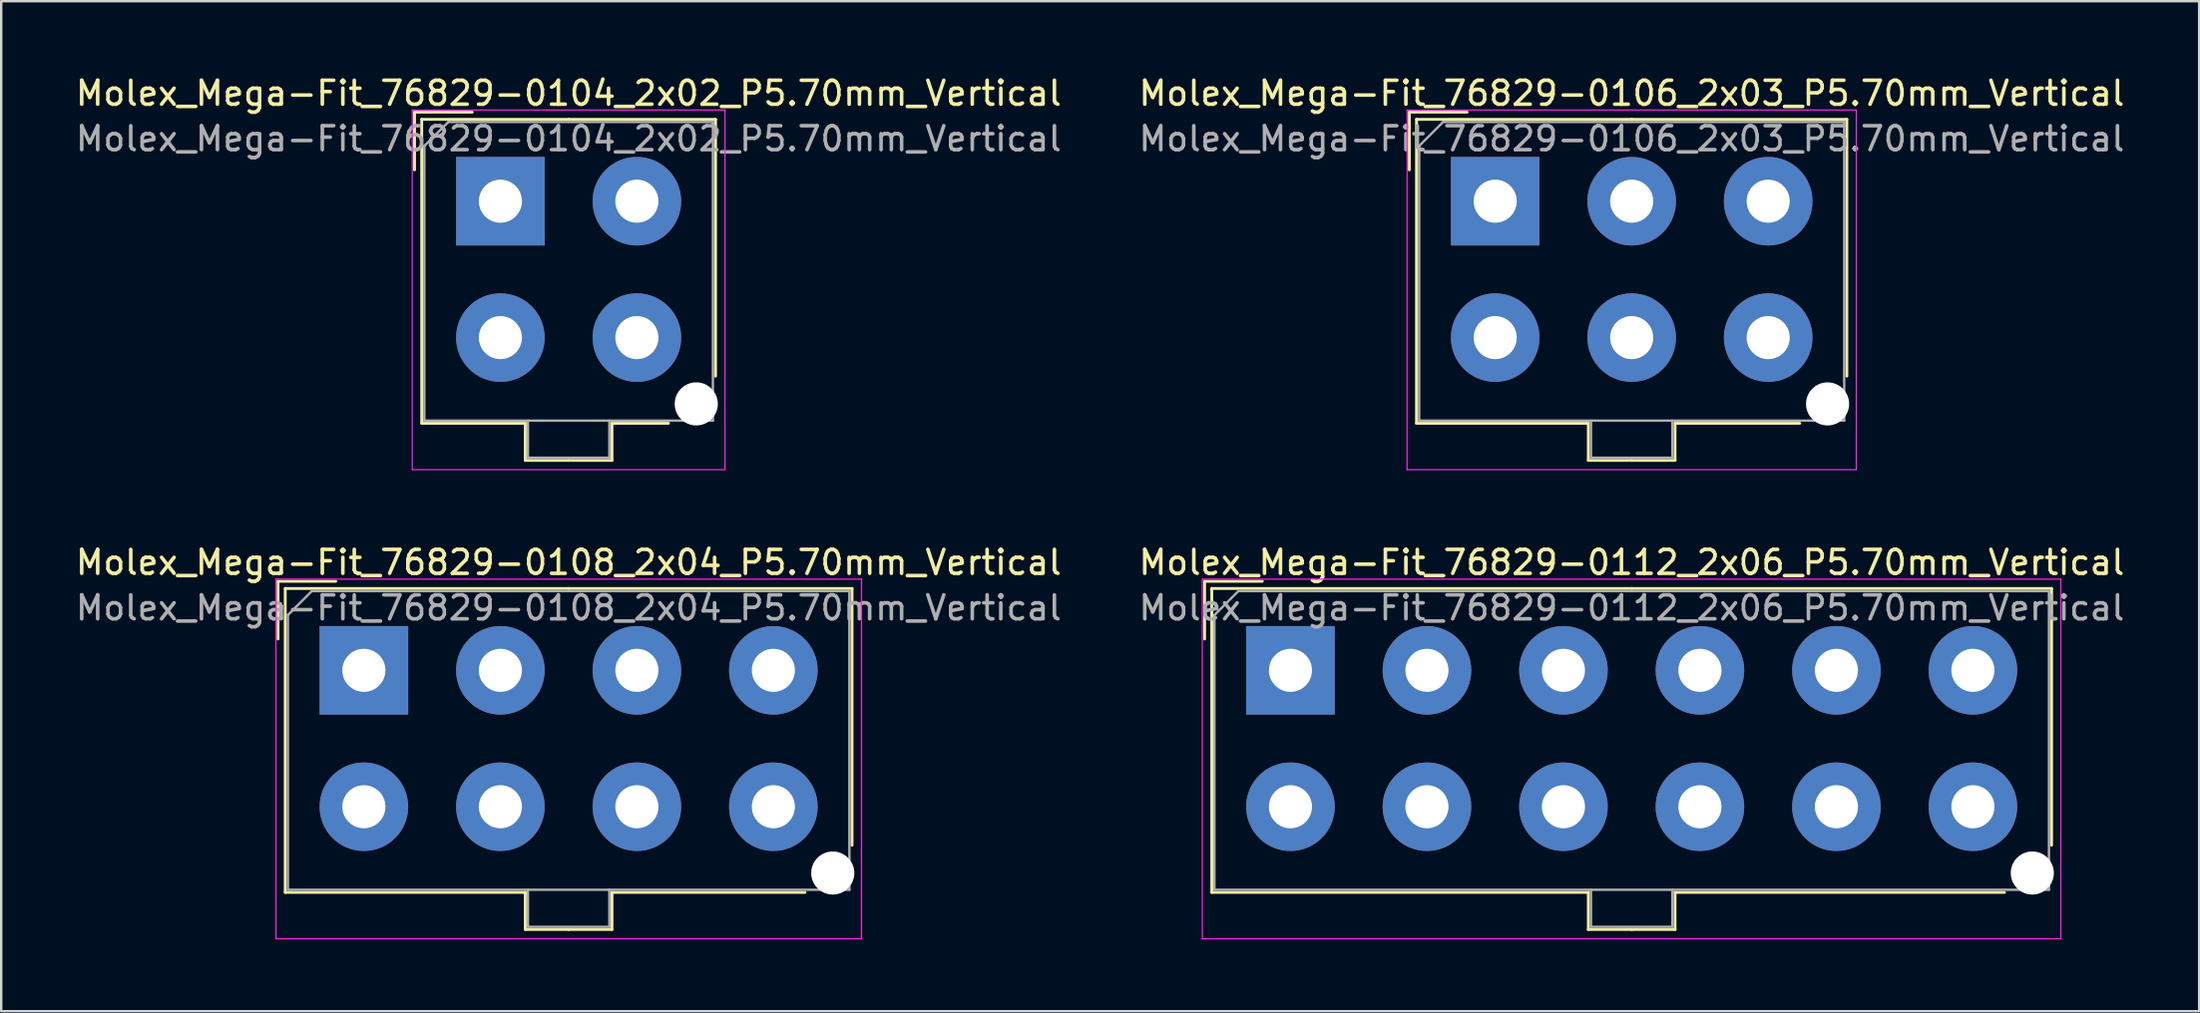
<source format=kicad_pcb>
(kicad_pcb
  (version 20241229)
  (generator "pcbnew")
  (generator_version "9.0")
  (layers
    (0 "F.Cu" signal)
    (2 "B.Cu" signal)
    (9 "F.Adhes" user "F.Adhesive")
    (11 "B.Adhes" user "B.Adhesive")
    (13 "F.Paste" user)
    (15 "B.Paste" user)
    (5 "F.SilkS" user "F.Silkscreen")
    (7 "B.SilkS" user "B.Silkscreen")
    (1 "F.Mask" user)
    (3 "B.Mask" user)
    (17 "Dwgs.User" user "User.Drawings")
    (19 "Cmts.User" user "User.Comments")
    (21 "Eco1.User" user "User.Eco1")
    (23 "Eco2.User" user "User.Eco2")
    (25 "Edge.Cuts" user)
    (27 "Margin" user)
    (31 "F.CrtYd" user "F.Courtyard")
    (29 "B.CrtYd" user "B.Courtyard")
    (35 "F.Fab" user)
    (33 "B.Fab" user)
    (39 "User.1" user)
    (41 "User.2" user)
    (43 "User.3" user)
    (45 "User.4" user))
  (footprint "Molex_Mega-Fit_76829-0108_2x04_P5.70mm_Vertical"
    (layer "F.Cu")
    (at 12.146 24.962)
    (property "Reference" "Molex_Mega-Fit_76829-0108_2x04_P5.70mm_Vertical" (at 8.55 -4.51 0) (layer "F.SilkS") (effects (font (size 1 1) (thickness 0.15))))
    (attr through_hole)
    (fp_line (start -3.585 -3.72) (end -1.175 -3.72) (stroke (width 0.12) (type solid)) (layer "F.SilkS"))
    (fp_line (start -3.585 -1.31) (end -3.585 -3.72) (stroke (width 0.12) (type solid)) (layer "F.SilkS"))
    (fp_line (start -3.285 -3.42) (end -3.285 9.28) (stroke (width 0.12) (type solid)) (layer "F.SilkS"))
    (fp_line (start -3.285 9.28) (end 6.74 9.28) (stroke (width 0.12) (type solid)) (layer "F.SilkS"))
    (fp_line (start 6.74 9.28) (end 6.74 10.83) (stroke (width 0.12) (type solid)) (layer "F.SilkS"))
    (fp_line (start 6.74 10.83) (end 8.55 10.83) (stroke (width 0.12) (type solid)) (layer "F.SilkS"))
    (fp_line (start 8.55 -3.42) (end -3.285 -3.42) (stroke (width 0.12) (type solid)) (layer "F.SilkS"))
    (fp_line (start 8.55 -3.42) (end 20.385 -3.42) (stroke (width 0.12) (type solid)) (layer "F.SilkS"))
    (fp_line (start 10.36 9.28) (end 10.36 10.83) (stroke (width 0.12) (type solid)) (layer "F.SilkS"))
    (fp_line (start 10.36 10.83) (end 8.55 10.83) (stroke (width 0.12) (type solid)) (layer "F.SilkS"))
    (fp_line (start 18.42 9.28) (end 10.36 9.28) (stroke (width 0.12) (type solid)) (layer "F.SilkS"))
    (fp_line (start 20.385 -3.42) (end 20.385 7.31) (stroke (width 0.12) (type solid)) (layer "F.SilkS"))
    (fp_line (start -3.67 -3.81) (end -3.67 11.22) (stroke (width 0.05) (type solid)) (layer "F.CrtYd"))
    (fp_line (start -3.67 11.22) (end 20.78 11.22) (stroke (width 0.05) (type solid)) (layer "F.CrtYd"))
    (fp_line (start 20.78 -3.81) (end -3.67 -3.81) (stroke (width 0.05) (type solid)) (layer "F.CrtYd"))
    (fp_line (start 20.78 11.22) (end 20.78 -3.81) (stroke (width 0.05) (type solid)) (layer "F.CrtYd"))
    (fp_line (start -3.175 -2.31) (end -3.175 9.17) (stroke (width 0.1) (type solid)) (layer "F.Fab"))
    (fp_line (start -3.175 9.17) (end 20.275 9.17) (stroke (width 0.1) (type solid)) (layer "F.Fab"))
    (fp_line (start -2.175 -3.31) (end -3.175 -2.31) (stroke (width 0.1) (type solid)) (layer "F.Fab"))
    (fp_line (start 6.85 9.17) (end 6.85 10.72) (stroke (width 0.1) (type solid)) (layer "F.Fab"))
    (fp_line (start 6.85 10.72) (end 10.25 10.72) (stroke (width 0.1) (type solid)) (layer "F.Fab"))
    (fp_line (start 10.25 10.72) (end 10.25 9.17) (stroke (width 0.1) (type solid)) (layer "F.Fab"))
    (fp_line (start 20.275 -3.31) (end -2.175 -3.31) (stroke (width 0.1) (type solid)) (layer "F.Fab"))
    (fp_line (start 20.275 9.17) (end 20.275 -3.31) (stroke (width 0.1) (type solid)) (layer "F.Fab"))
    (fp_text user "${REFERENCE}" (at 8.55 -2.61 0) (layer "F.Fab") (effects (font (size 1 1) (thickness 0.15))))
    (pad "" np_thru_hole circle (at 19.58 8.47) (size 1.8 1.8) (drill 1.8) (layers "*.Cu" "*.Mask"))
    (pad "1" thru_hole rect (at 0 0) (size 3.7 3.7) (drill 1.8) (layers "*.Cu" "*.Mask"))
    (pad "2" thru_hole circle (at 5.7 0) (size 3.7 3.7) (drill 1.8) (layers "*.Cu" "*.Mask"))
    (pad "3" thru_hole circle (at 11.4 0) (size 3.7 3.7) (drill 1.8) (layers "*.Cu" "*.Mask"))
    (pad "4" thru_hole circle (at 17.1 0) (size 3.7 3.7) (drill 1.8) (layers "*.Cu" "*.Mask"))
    (pad "5" thru_hole circle (at 0 5.7) (size 3.7 3.7) (drill 1.8) (layers "*.Cu" "*.Mask"))
    (pad "6" thru_hole circle (at 5.7 5.7) (size 3.7 3.7) (drill 1.8) (layers "*.Cu" "*.Mask"))
    (pad "7" thru_hole circle (at 11.4 5.7) (size 3.7 3.7) (drill 1.8) (layers "*.Cu" "*.Mask"))
    (pad "8" thru_hole circle (at 17.1 5.7) (size 3.7 3.7) (drill 1.8) (layers "*.Cu" "*.Mask")))
  (footprint "Molex_Mega-Fit_76829-0106_2x03_P5.70mm_Vertical"
    (layer "F.Cu")
    (at 59.389 5.358)
    (property "Reference" "Molex_Mega-Fit_76829-0106_2x03_P5.70mm_Vertical" (at 5.7 -4.51 0) (layer "F.SilkS") (effects (font (size 1 1) (thickness 0.15))))
    (attr through_hole)
    (fp_line (start -3.585 -3.72) (end -1.175 -3.72) (stroke (width 0.12) (type solid)) (layer "F.SilkS"))
    (fp_line (start -3.585 -1.31) (end -3.585 -3.72) (stroke (width 0.12) (type solid)) (layer "F.SilkS"))
    (fp_line (start -3.285 -3.42) (end -3.285 9.28) (stroke (width 0.12) (type solid)) (layer "F.SilkS"))
    (fp_line (start -3.285 9.28) (end 3.89 9.28) (stroke (width 0.12) (type solid)) (layer "F.SilkS"))
    (fp_line (start 3.89 9.28) (end 3.89 10.83) (stroke (width 0.12) (type solid)) (layer "F.SilkS"))
    (fp_line (start 3.89 10.83) (end 5.7 10.83) (stroke (width 0.12) (type solid)) (layer "F.SilkS"))
    (fp_line (start 5.7 -3.42) (end -3.285 -3.42) (stroke (width 0.12) (type solid)) (layer "F.SilkS"))
    (fp_line (start 5.7 -3.42) (end 14.685 -3.42) (stroke (width 0.12) (type solid)) (layer "F.SilkS"))
    (fp_line (start 7.51 9.28) (end 7.51 10.83) (stroke (width 0.12) (type solid)) (layer "F.SilkS"))
    (fp_line (start 7.51 10.83) (end 5.7 10.83) (stroke (width 0.12) (type solid)) (layer "F.SilkS"))
    (fp_line (start 12.72 9.28) (end 7.51 9.28) (stroke (width 0.12) (type solid)) (layer "F.SilkS"))
    (fp_line (start 14.685 -3.42) (end 14.685 7.31) (stroke (width 0.12) (type solid)) (layer "F.SilkS"))
    (fp_line (start -3.68 -3.81) (end -3.68 11.22) (stroke (width 0.05) (type solid)) (layer "F.CrtYd"))
    (fp_line (start -3.68 11.22) (end 15.08 11.22) (stroke (width 0.05) (type solid)) (layer "F.CrtYd"))
    (fp_line (start 15.08 -3.81) (end -3.68 -3.81) (stroke (width 0.05) (type solid)) (layer "F.CrtYd"))
    (fp_line (start 15.08 11.22) (end 15.08 -3.81) (stroke (width 0.05) (type solid)) (layer "F.CrtYd"))
    (fp_line (start -3.175 -2.31) (end -3.175 9.17) (stroke (width 0.1) (type solid)) (layer "F.Fab"))
    (fp_line (start -3.175 9.17) (end 14.575 9.17) (stroke (width 0.1) (type solid)) (layer "F.Fab"))
    (fp_line (start -2.175 -3.31) (end -3.175 -2.31) (stroke (width 0.1) (type solid)) (layer "F.Fab"))
    (fp_line (start 4 9.17) (end 4 10.72) (stroke (width 0.1) (type solid)) (layer "F.Fab"))
    (fp_line (start 4 10.72) (end 7.4 10.72) (stroke (width 0.1) (type solid)) (layer "F.Fab"))
    (fp_line (start 7.4 10.72) (end 7.4 9.17) (stroke (width 0.1) (type solid)) (layer "F.Fab"))
    (fp_line (start 14.575 -3.31) (end -2.175 -3.31) (stroke (width 0.1) (type solid)) (layer "F.Fab"))
    (fp_line (start 14.575 9.17) (end 14.575 -3.31) (stroke (width 0.1) (type solid)) (layer "F.Fab"))
    (fp_text user "${REFERENCE}" (at 5.7 -2.61 0) (layer "F.Fab") (effects (font (size 1 1) (thickness 0.15))))
    (pad "" np_thru_hole circle (at 13.88 8.47) (size 1.8 1.8) (drill 1.8) (layers "*.Cu" "*.Mask"))
    (pad "1" thru_hole rect (at 0 0) (size 3.7 3.7) (drill 1.8) (layers "*.Cu" "*.Mask"))
    (pad "2" thru_hole circle (at 5.7 0) (size 3.7 3.7) (drill 1.8) (layers "*.Cu" "*.Mask"))
    (pad "3" thru_hole circle (at 11.4 0) (size 3.7 3.7) (drill 1.8) (layers "*.Cu" "*.Mask"))
    (pad "4" thru_hole circle (at 0 5.7) (size 3.7 3.7) (drill 1.8) (layers "*.Cu" "*.Mask"))
    (pad "5" thru_hole circle (at 5.7 5.7) (size 3.7 3.7) (drill 1.8) (layers "*.Cu" "*.Mask"))
    (pad "6" thru_hole circle (at 11.4 5.7) (size 3.7 3.7) (drill 1.8) (layers "*.Cu" "*.Mask")))
  (footprint "Molex_Mega-Fit_76829-0112_2x06_P5.70mm_Vertical"
    (layer "F.Cu")
    (at 50.839 24.962)
    (property "Reference" "Molex_Mega-Fit_76829-0112_2x06_P5.70mm_Vertical" (at 14.25 -4.51 0) (layer "F.SilkS") (effects (font (size 1 1) (thickness 0.15))))
    (attr through_hole)
    (fp_line (start -3.585 -3.72) (end -1.175 -3.72) (stroke (width 0.12) (type solid)) (layer "F.SilkS"))
    (fp_line (start -3.585 -1.31) (end -3.585 -3.72) (stroke (width 0.12) (type solid)) (layer "F.SilkS"))
    (fp_line (start -3.285 -3.42) (end -3.285 9.28) (stroke (width 0.12) (type solid)) (layer "F.SilkS"))
    (fp_line (start -3.285 9.28) (end 12.44 9.28) (stroke (width 0.12) (type solid)) (layer "F.SilkS"))
    (fp_line (start 12.44 9.28) (end 12.44 10.83) (stroke (width 0.12) (type solid)) (layer "F.SilkS"))
    (fp_line (start 12.44 10.83) (end 14.25 10.83) (stroke (width 0.12) (type solid)) (layer "F.SilkS"))
    (fp_line (start 14.25 -3.42) (end -3.285 -3.42) (stroke (width 0.12) (type solid)) (layer "F.SilkS"))
    (fp_line (start 14.25 -3.42) (end 31.785 -3.42) (stroke (width 0.12) (type solid)) (layer "F.SilkS"))
    (fp_line (start 16.06 9.28) (end 16.06 10.83) (stroke (width 0.12) (type solid)) (layer "F.SilkS"))
    (fp_line (start 16.06 10.83) (end 14.25 10.83) (stroke (width 0.12) (type solid)) (layer "F.SilkS"))
    (fp_line (start 29.82 9.28) (end 16.06 9.28) (stroke (width 0.12) (type solid)) (layer "F.SilkS"))
    (fp_line (start 31.785 -3.42) (end 31.785 7.31) (stroke (width 0.12) (type solid)) (layer "F.SilkS"))
    (fp_line (start -3.68 -3.81) (end -3.68 11.22) (stroke (width 0.05) (type solid)) (layer "F.CrtYd"))
    (fp_line (start -3.68 11.22) (end 32.17 11.22) (stroke (width 0.05) (type solid)) (layer "F.CrtYd"))
    (fp_line (start 32.17 -3.81) (end -3.68 -3.81) (stroke (width 0.05) (type solid)) (layer "F.CrtYd"))
    (fp_line (start 32.17 11.22) (end 32.17 -3.81) (stroke (width 0.05) (type solid)) (layer "F.CrtYd"))
    (fp_line (start -3.175 -2.31) (end -3.175 9.17) (stroke (width 0.1) (type solid)) (layer "F.Fab"))
    (fp_line (start -3.175 9.17) (end 31.675 9.17) (stroke (width 0.1) (type solid)) (layer "F.Fab"))
    (fp_line (start -2.175 -3.31) (end -3.175 -2.31) (stroke (width 0.1) (type solid)) (layer "F.Fab"))
    (fp_line (start 12.55 9.17) (end 12.55 10.72) (stroke (width 0.1) (type solid)) (layer "F.Fab"))
    (fp_line (start 12.55 10.72) (end 15.95 10.72) (stroke (width 0.1) (type solid)) (layer "F.Fab"))
    (fp_line (start 15.95 10.72) (end 15.95 9.17) (stroke (width 0.1) (type solid)) (layer "F.Fab"))
    (fp_line (start 31.675 -3.31) (end -2.175 -3.31) (stroke (width 0.1) (type solid)) (layer "F.Fab"))
    (fp_line (start 31.675 9.17) (end 31.675 -3.31) (stroke (width 0.1) (type solid)) (layer "F.Fab"))
    (fp_text user "${REFERENCE}" (at 14.25 -2.61 0) (layer "F.Fab") (effects (font (size 1 1) (thickness 0.15))))
    (pad "" np_thru_hole circle (at 30.98 8.47) (size 1.8 1.8) (drill 1.8) (layers "*.Cu" "*.Mask"))
    (pad "1" thru_hole rect (at 0 0) (size 3.7 3.7) (drill 1.8) (layers "*.Cu" "*.Mask"))
    (pad "2" thru_hole circle (at 5.7 0) (size 3.7 3.7) (drill 1.8) (layers "*.Cu" "*.Mask"))
    (pad "3" thru_hole circle (at 11.4 0) (size 3.7 3.7) (drill 1.8) (layers "*.Cu" "*.Mask"))
    (pad "4" thru_hole circle (at 17.1 0) (size 3.7 3.7) (drill 1.8) (layers "*.Cu" "*.Mask"))
    (pad "5" thru_hole circle (at 22.8 0) (size 3.7 3.7) (drill 1.8) (layers "*.Cu" "*.Mask"))
    (pad "6" thru_hole circle (at 28.5 0) (size 3.7 3.7) (drill 1.8) (layers "*.Cu" "*.Mask"))
    (pad "7" thru_hole circle (at 0 5.7) (size 3.7 3.7) (drill 1.8) (layers "*.Cu" "*.Mask"))
    (pad "8" thru_hole circle (at 5.7 5.7) (size 3.7 3.7) (drill 1.8) (layers "*.Cu" "*.Mask"))
    (pad "9" thru_hole circle (at 11.4 5.7) (size 3.7 3.7) (drill 1.8) (layers "*.Cu" "*.Mask"))
    (pad "10" thru_hole circle (at 17.1 5.7) (size 3.7 3.7) (drill 1.8) (layers "*.Cu" "*.Mask"))
    (pad "11" thru_hole circle (at 22.8 5.7) (size 3.7 3.7) (drill 1.8) (layers "*.Cu" "*.Mask"))
    (pad "12" thru_hole circle (at 28.5 5.7) (size 3.7 3.7) (drill 1.8) (layers "*.Cu" "*.Mask")))
  (footprint "Molex_Mega-Fit_76829-0104_2x02_P5.70mm_Vertical"
    (layer "F.Cu")
    (at 17.846 5.358)
    (property "Reference" "Molex_Mega-Fit_76829-0104_2x02_P5.70mm_Vertical" (at 2.85 -4.51 0) (layer "F.SilkS") (effects (font (size 1 1) (thickness 0.15))))
    (attr through_hole)
    (fp_line (start -3.585 -3.72) (end -1.175 -3.72) (stroke (width 0.12) (type solid)) (layer "F.SilkS"))
    (fp_line (start -3.585 -1.31) (end -3.585 -3.72) (stroke (width 0.12) (type solid)) (layer "F.SilkS"))
    (fp_line (start -3.285 -3.42) (end -3.285 9.28) (stroke (width 0.12) (type solid)) (layer "F.SilkS"))
    (fp_line (start -3.285 9.28) (end 1.04 9.28) (stroke (width 0.12) (type solid)) (layer "F.SilkS"))
    (fp_line (start 1.04 9.28) (end 1.04 10.83) (stroke (width 0.12) (type solid)) (layer "F.SilkS"))
    (fp_line (start 1.04 10.83) (end 2.85 10.83) (stroke (width 0.12) (type solid)) (layer "F.SilkS"))
    (fp_line (start 2.85 -3.42) (end -3.285 -3.42) (stroke (width 0.12) (type solid)) (layer "F.SilkS"))
    (fp_line (start 2.85 -3.42) (end 8.985 -3.42) (stroke (width 0.12) (type solid)) (layer "F.SilkS"))
    (fp_line (start 4.66 9.28) (end 4.66 10.83) (stroke (width 0.12) (type solid)) (layer "F.SilkS"))
    (fp_line (start 4.66 10.83) (end 2.85 10.83) (stroke (width 0.12) (type solid)) (layer "F.SilkS"))
    (fp_line (start 7.02 9.28) (end 4.66 9.28) (stroke (width 0.12) (type solid)) (layer "F.SilkS"))
    (fp_line (start 8.985 -3.42) (end 8.985 7.31) (stroke (width 0.12) (type solid)) (layer "F.SilkS"))
    (fp_line (start -3.68 -3.81) (end -3.68 11.22) (stroke (width 0.05) (type solid)) (layer "F.CrtYd"))
    (fp_line (start -3.68 11.22) (end 9.38 11.22) (stroke (width 0.05) (type solid)) (layer "F.CrtYd"))
    (fp_line (start 9.38 -3.81) (end -3.68 -3.81) (stroke (width 0.05) (type solid)) (layer "F.CrtYd"))
    (fp_line (start 9.38 11.22) (end 9.38 -3.81) (stroke (width 0.05) (type solid)) (layer "F.CrtYd"))
    (fp_line (start -3.175 -2.31) (end -3.175 9.17) (stroke (width 0.1) (type solid)) (layer "F.Fab"))
    (fp_line (start -3.175 9.17) (end 8.875 9.17) (stroke (width 0.1) (type solid)) (layer "F.Fab"))
    (fp_line (start -2.175 -3.31) (end -3.175 -2.31) (stroke (width 0.1) (type solid)) (layer "F.Fab"))
    (fp_line (start 1.15 9.17) (end 1.15 10.72) (stroke (width 0.1) (type solid)) (layer "F.Fab"))
    (fp_line (start 1.15 10.72) (end 4.55 10.72) (stroke (width 0.1) (type solid)) (layer "F.Fab"))
    (fp_line (start 4.55 10.72) (end 4.55 9.17) (stroke (width 0.1) (type solid)) (layer "F.Fab"))
    (fp_line (start 8.875 -3.31) (end -2.175 -3.31) (stroke (width 0.1) (type solid)) (layer "F.Fab"))
    (fp_line (start 8.875 9.17) (end 8.875 -3.31) (stroke (width 0.1) (type solid)) (layer "F.Fab"))
    (fp_text user "${REFERENCE}" (at 2.85 -2.61 0) (layer "F.Fab") (effects (font (size 1 1) (thickness 0.15))))
    (pad "" np_thru_hole circle (at 8.18 8.47) (size 1.8 1.8) (drill 1.8) (layers "*.Cu" "*.Mask"))
    (pad "1" thru_hole rect (at 0 0) (size 3.7 3.7) (drill 1.8) (layers "*.Cu" "*.Mask"))
    (pad "2" thru_hole circle (at 5.7 0) (size 3.7 3.7) (drill 1.8) (layers "*.Cu" "*.Mask"))
    (pad "3" thru_hole circle (at 0 5.7) (size 3.7 3.7) (drill 1.8) (layers "*.Cu" "*.Mask"))
    (pad "4" thru_hole circle (at 5.7 5.7) (size 3.7 3.7) (drill 1.8) (layers "*.Cu" "*.Mask")))
  (gr_rect
    (start -3 -3)
    (end 88.786 39.206)
    (stroke (width 0.1) (type default))
    (fill no)
    (layer "Edge.Cuts")))
</source>
